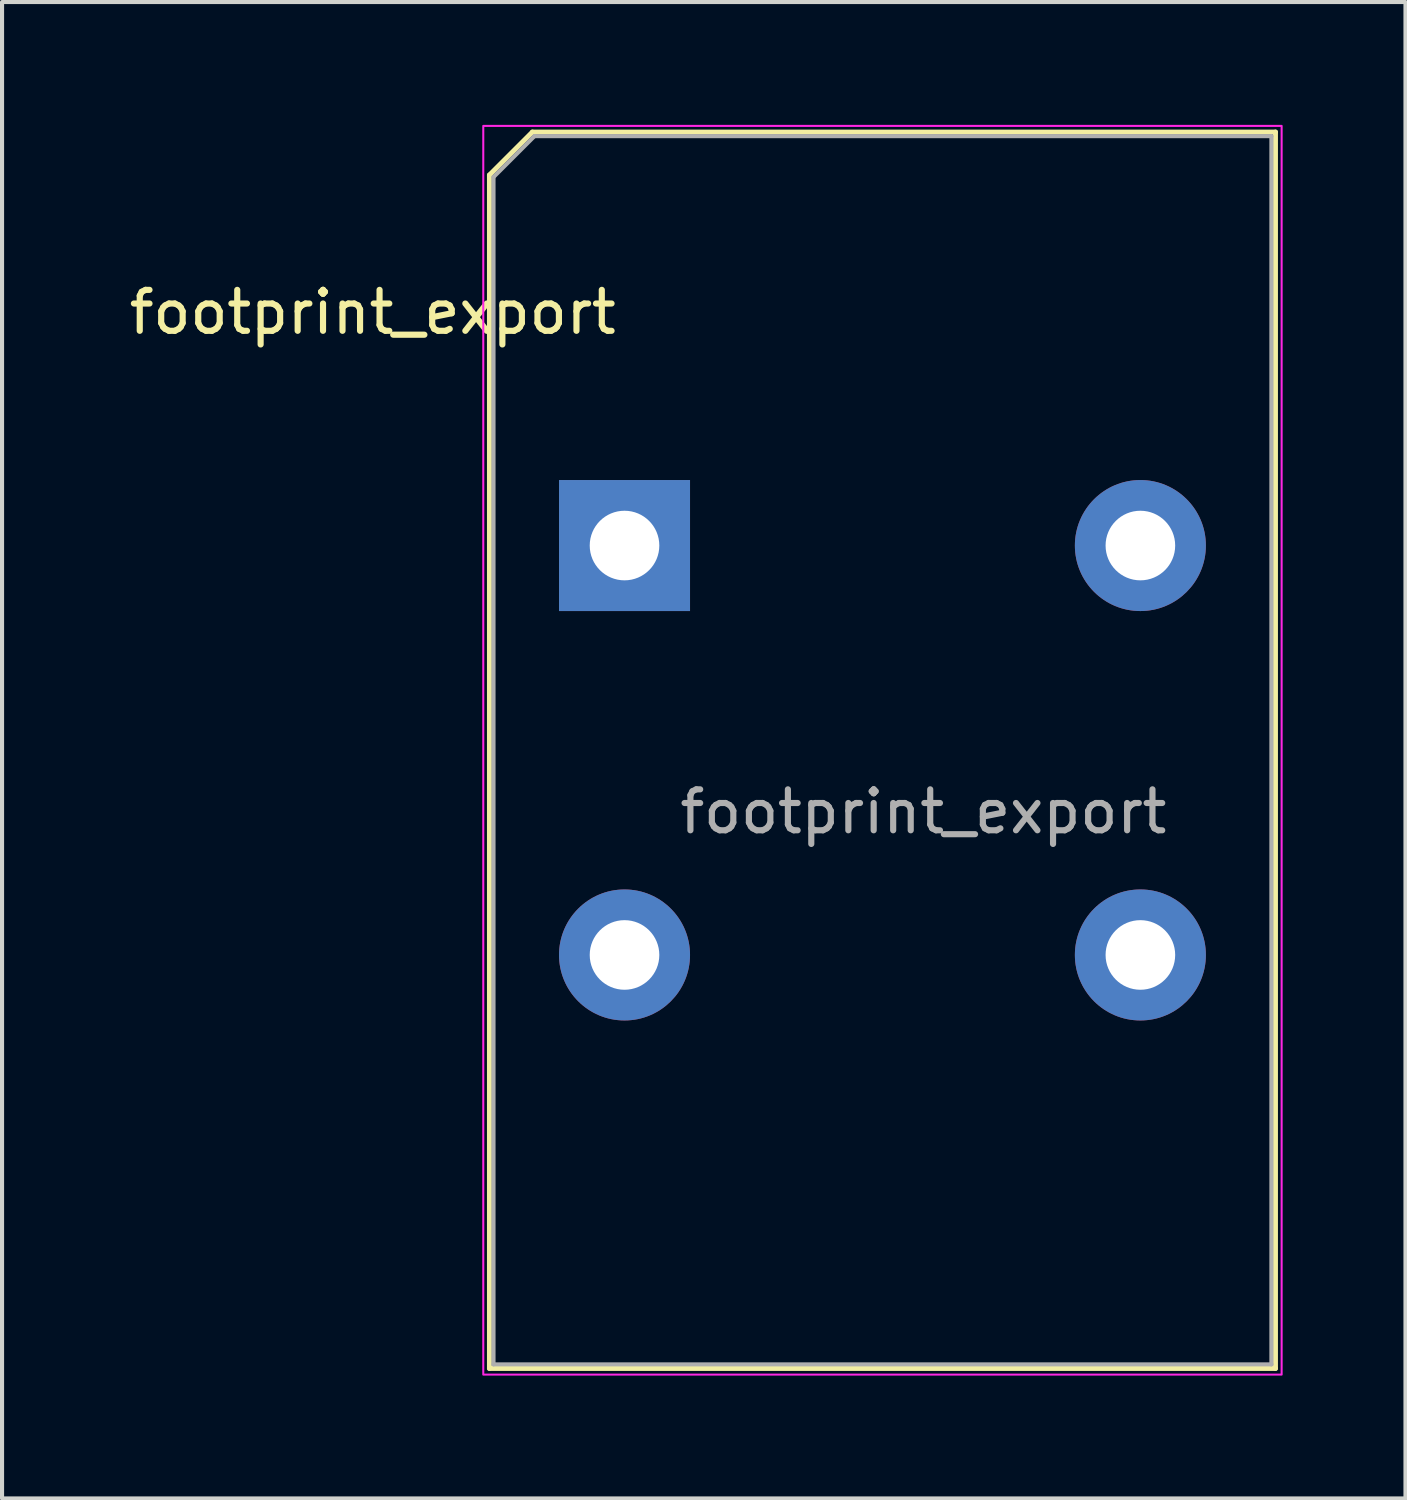
<source format=kicad_pcb>
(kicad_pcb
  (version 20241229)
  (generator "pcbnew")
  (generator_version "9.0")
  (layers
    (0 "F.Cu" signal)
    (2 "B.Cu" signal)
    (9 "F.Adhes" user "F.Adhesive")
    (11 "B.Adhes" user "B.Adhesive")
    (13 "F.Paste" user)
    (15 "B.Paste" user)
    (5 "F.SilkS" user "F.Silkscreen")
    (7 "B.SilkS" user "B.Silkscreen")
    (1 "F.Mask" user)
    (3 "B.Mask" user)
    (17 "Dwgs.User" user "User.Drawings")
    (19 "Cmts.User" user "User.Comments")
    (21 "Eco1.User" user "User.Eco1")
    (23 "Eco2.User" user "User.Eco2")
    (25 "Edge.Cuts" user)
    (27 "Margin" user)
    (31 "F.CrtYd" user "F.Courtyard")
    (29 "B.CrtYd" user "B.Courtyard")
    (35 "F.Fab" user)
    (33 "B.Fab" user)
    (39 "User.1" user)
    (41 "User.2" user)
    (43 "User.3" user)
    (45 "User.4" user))
  (footprint "footprint_export"
    (layer "F.Cu")
    (at 12.204 10.275)
    (property "Reference" "footprint_export" (at -6.15 -5.7 0) (unlocked yes) (layer "F.SilkS") (effects (font (size 1 1) (thickness 0.15))))
    (attr through_hole)
    (fp_line (start -3.3 -9.05) (end -3.3 20.1) (stroke (width 0.12) (type solid)) (layer "F.SilkS"))
    (fp_line (start -3.3 20.1) (end 15.9 20.1) (stroke (width 0.12) (type solid)) (layer "F.SilkS"))
    (fp_line (start -2.25 -10.1) (end -3.3 -9.05) (stroke (width 0.12) (type solid)) (layer "F.SilkS"))
    (fp_line (start 15.9 -10.1) (end -2.25 -10.1) (stroke (width 0.12) (type solid)) (layer "F.SilkS"))
    (fp_line (start 15.9 20.1) (end 15.9 -10.1) (stroke (width 0.12) (type solid)) (layer "F.SilkS"))
    (fp_rect (start -3.45 -10.25) (end 16.05 20.25) (stroke (width 0.05) (type solid)) (fill no) (layer "F.CrtYd"))
    (fp_line (start -3.2 -9) (end -2.2 -10) (stroke (width 0.1) (type solid)) (layer "F.Fab"))
    (fp_line (start -3.2 20) (end -3.2 -9) (stroke (width 0.1) (type solid)) (layer "F.Fab"))
    (fp_line (start -2.2 -10) (end 15.8 -10) (stroke (width 0.1) (type solid)) (layer "F.Fab"))
    (fp_line (start 15.8 -10) (end 15.8 20) (stroke (width 0.1) (type solid)) (layer "F.Fab"))
    (fp_line (start 15.8 20) (end -3.2 20) (stroke (width 0.1) (type solid)) (layer "F.Fab"))
    (fp_text user "${REFERENCE}" (at 7.3 6.5 0) (unlocked yes) (layer "F.Fab") (effects (font (size 1 1) (thickness 0.15))))
    (pad "1" thru_hole rect (at 0 0) (size 3.2 3.2) (drill 1.7) (layers "*.Cu" "*.Mask"))
    (pad "2" thru_hole circle (at 0 10) (size 3.2 3.2) (drill 1.7) (layers "*.Cu" "*.Mask"))
    (pad "3" thru_hole circle (at 12.6 10) (size 3.2 3.2) (drill 1.7) (layers "*.Cu" "*.Mask"))
    (pad "4" thru_hole circle (at 12.6 0) (size 3.2 3.2) (drill 1.7) (layers "*.Cu" "*.Mask")))
  (gr_rect
    (start -3 -3)
    (end 31.279 33.55)
    (stroke (width 0.1) (type default))
    (fill no)
    (layer "Edge.Cuts")))
</source>
